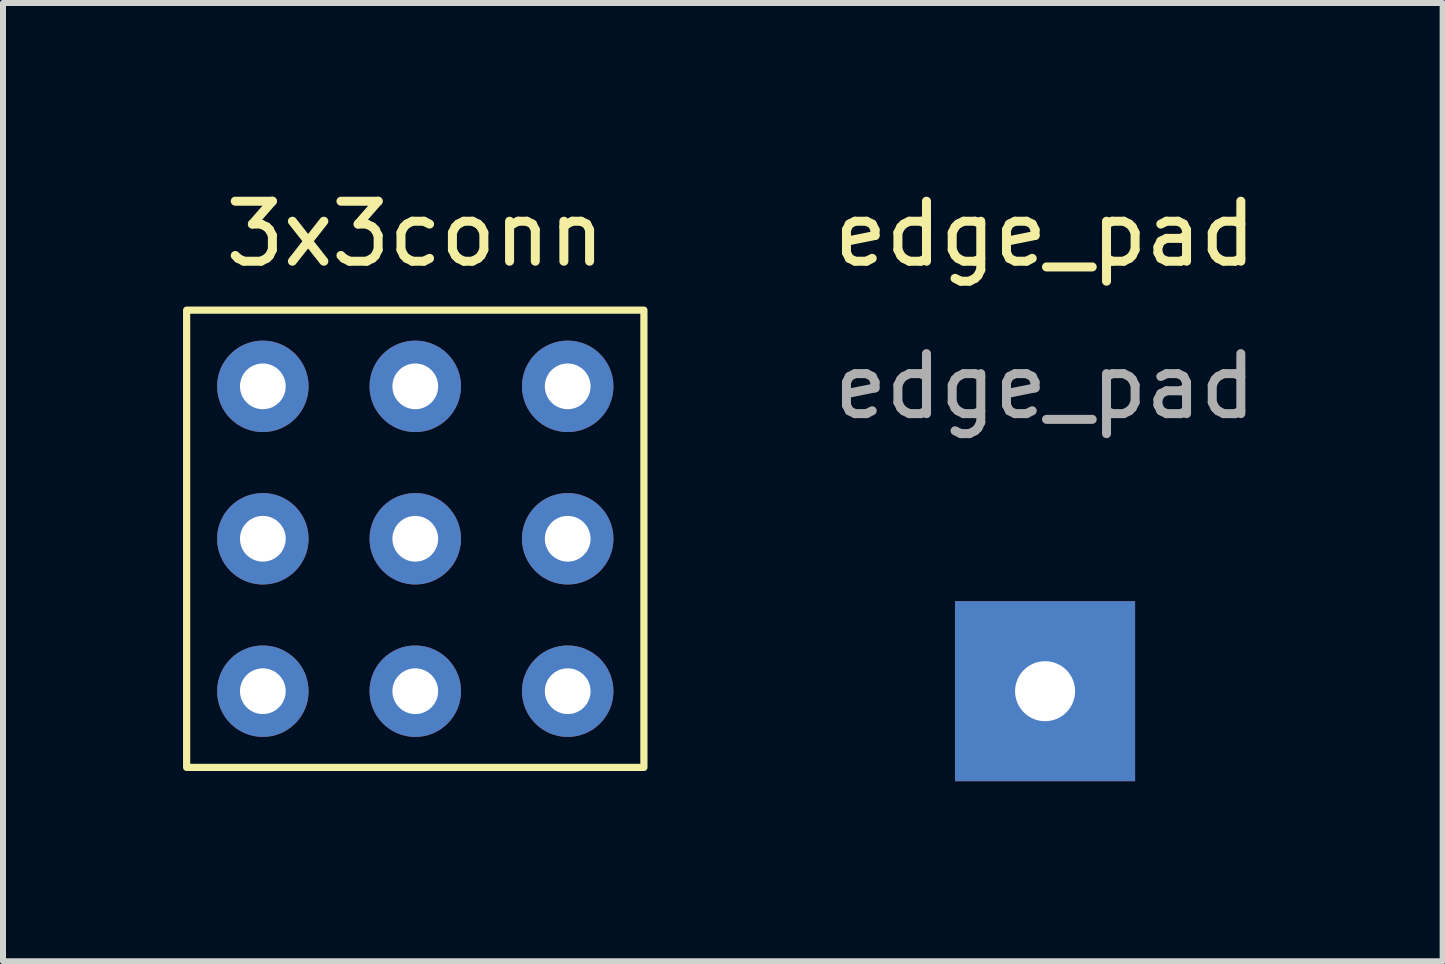
<source format=kicad_pcb>
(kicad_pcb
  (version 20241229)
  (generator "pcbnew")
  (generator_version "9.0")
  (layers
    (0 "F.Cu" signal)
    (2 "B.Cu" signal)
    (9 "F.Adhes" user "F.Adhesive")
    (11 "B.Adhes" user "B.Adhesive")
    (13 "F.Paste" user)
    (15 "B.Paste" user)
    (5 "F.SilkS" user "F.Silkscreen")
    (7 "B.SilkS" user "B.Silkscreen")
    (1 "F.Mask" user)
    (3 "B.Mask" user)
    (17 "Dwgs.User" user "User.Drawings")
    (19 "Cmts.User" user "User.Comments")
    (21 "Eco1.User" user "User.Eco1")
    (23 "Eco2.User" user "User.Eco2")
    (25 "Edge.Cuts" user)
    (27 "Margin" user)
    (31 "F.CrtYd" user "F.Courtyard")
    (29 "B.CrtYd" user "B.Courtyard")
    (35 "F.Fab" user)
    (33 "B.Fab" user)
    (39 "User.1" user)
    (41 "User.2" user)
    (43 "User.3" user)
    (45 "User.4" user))
  (footprint "3x3conn"
    (layer "F.Cu")
    (at 3.87 5.928)
    (property "Reference" "3x3conn" (at 0 -5.08 0) (unlocked yes) (layer "F.SilkS") (effects (font (size 1 1) (thickness 0.15))))
    (attr through_hole)
    (fp_rect (start -3.81 -3.81) (end 3.81 3.81) (stroke (width 0.12) (type default)) (fill no) (layer "F.SilkS"))
    (pad "1" thru_hole circle (at 0 -2.54) (size 1.524 1.524) (drill 0.762) (layers "*.Cu" "*.Mask"))
    (pad "2" thru_hole circle (at 2.54 0) (size 1.524 1.524) (drill 0.762) (layers "*.Cu" "*.Mask"))
    (pad "3" thru_hole circle (at 0 2.54) (size 1.524 1.524) (drill 0.762) (layers "*.Cu" "*.Mask"))
    (pad "4" thru_hole circle (at -2.54 0) (size 1.524 1.524) (drill 0.762) (layers "*.Cu" "*.Mask"))
    (pad "5" thru_hole circle (at 0 0) (size 1.524 1.524) (drill 0.762) (layers "*.Cu" "*.Mask"))
    (pad "6" thru_hole circle (at -2.54 -2.54) (size 1.524 1.524) (drill 0.762) (layers "*.Cu" "*.Mask"))
    (pad "6" thru_hole circle (at -2.54 2.54) (size 1.524 1.524) (drill 0.762) (layers "*.Cu" "*.Mask"))
    (pad "6" thru_hole circle (at 2.54 -2.54) (size 1.524 1.524) (drill 0.762) (layers "*.Cu" "*.Mask"))
    (pad "6" thru_hole circle (at 2.54 2.54) (size 1.524 1.524) (drill 0.762) (layers "*.Cu" "*.Mask")))
  (footprint "edge_pad"
    (layer "F.Cu")
    (at 14.365 8.468)
    (property "Reference" "edge_pad" (at 0 -7.62 0) (layer "F.SilkS") (effects (font (size 1 1) (thickness 0.15))))
    (attr exclude_from_pos_files exclude_from_bom)
    (fp_text user "${REFERENCE}" (at 0 -5.08 0) (layer "F.Fab") (effects (font (size 1 1) (thickness 0.15))))
    (pad "1" thru_hole rect (at 0 0) (size 3 3) (drill 1) (layers "*.Cu" "*.Mask")))
  (gr_rect
    (start -3 -3)
    (end 20.99 12.968)
    (stroke (width 0.1) (type default))
    (fill no)
    (layer "Edge.Cuts")))
</source>
